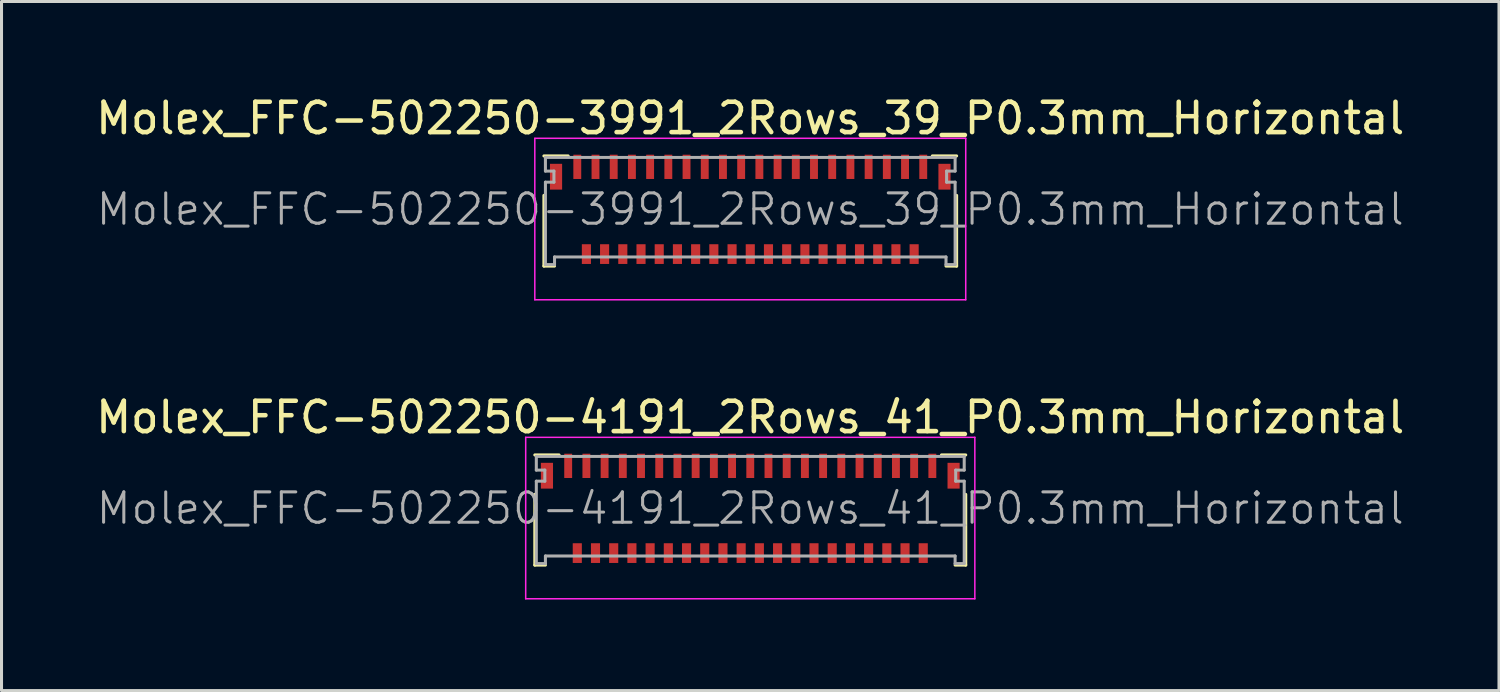
<source format=kicad_pcb>
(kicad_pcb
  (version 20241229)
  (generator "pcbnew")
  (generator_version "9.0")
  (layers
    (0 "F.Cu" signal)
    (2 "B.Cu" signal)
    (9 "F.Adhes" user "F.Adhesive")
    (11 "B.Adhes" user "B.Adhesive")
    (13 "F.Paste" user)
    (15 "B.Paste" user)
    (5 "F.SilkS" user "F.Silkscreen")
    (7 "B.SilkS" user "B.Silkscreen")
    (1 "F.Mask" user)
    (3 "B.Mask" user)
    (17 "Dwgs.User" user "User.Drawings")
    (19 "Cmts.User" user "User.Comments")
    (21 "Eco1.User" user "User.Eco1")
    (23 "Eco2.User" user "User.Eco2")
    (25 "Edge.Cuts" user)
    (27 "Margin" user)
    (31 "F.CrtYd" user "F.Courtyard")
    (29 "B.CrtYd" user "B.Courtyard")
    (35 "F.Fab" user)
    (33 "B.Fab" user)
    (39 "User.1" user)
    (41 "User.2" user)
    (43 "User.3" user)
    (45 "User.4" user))
  (footprint "Molex_FFC-502250-3991_2Rows_39_P0.3mm_Horizontal"
    (layer "F.Cu")
    (at 21.673 3.848)
    (property "Reference" "Molex_FFC-502250-3991_2Rows_39_P0.3mm_Horizontal" (at 0 -3 0) (layer "F.SilkS") (effects (font (size 1 1) (thickness 0.15))))
    (attr smd)
    (fp_line (start -6.8 -1.76) (end -6 -1.76) (stroke (width 0.1) (type solid)) (layer "F.SilkS"))
    (fp_line (start -6.8 -0.46) (end -6.8 1.87) (stroke (width 0.1) (type solid)) (layer "F.SilkS"))
    (fp_line (start -6.8 1.87) (end -6.45 1.87) (stroke (width 0.1) (type solid)) (layer "F.SilkS"))
    (fp_line (start 6.8 -1.76) (end 6 -1.76) (stroke (width 0.1) (type solid)) (layer "F.SilkS"))
    (fp_line (start 6.8 -0.46) (end 6.8 1.87) (stroke (width 0.1) (type solid)) (layer "F.SilkS"))
    (fp_line (start 6.8 1.87) (end 6.45 1.87) (stroke (width 0.1) (type solid)) (layer "F.SilkS"))
    (fp_line (start -7.1 -2.34) (end 7.1 -2.34) (stroke (width 0.05) (type solid)) (layer "F.CrtYd"))
    (fp_line (start -7.1 2.98) (end -7.1 -2.34) (stroke (width 0.05) (type solid)) (layer "F.CrtYd"))
    (fp_line (start 7.1 -2.34) (end 7.1 2.98) (stroke (width 0.05) (type solid)) (layer "F.CrtYd"))
    (fp_line (start 7.1 2.98) (end -7.1 2.98) (stroke (width 0.05) (type solid)) (layer "F.CrtYd"))
    (fp_line (start -6.75 -1.71) (end -6.75 -1.26) (stroke (width 0.1) (type solid)) (layer "F.Fab"))
    (fp_line (start -6.75 -1.26) (end -6.47 -1.26) (stroke (width 0.1) (type solid)) (layer "F.Fab"))
    (fp_line (start -6.75 -0.895) (end -6.75 1.82) (stroke (width 0.1) (type solid)) (layer "F.Fab"))
    (fp_line (start -6.75 1.82) (end -6.45 1.82) (stroke (width 0.1) (type solid)) (layer "F.Fab"))
    (fp_line (start -6.47 -1.26) (end -6.47 -0.895) (stroke (width 0.1) (type solid)) (layer "F.Fab"))
    (fp_line (start -6.47 -0.895) (end -6.75 -0.895) (stroke (width 0.1) (type solid)) (layer "F.Fab"))
    (fp_line (start -6.45 1.57) (end 6.45 1.57) (stroke (width 0.1) (type solid)) (layer "F.Fab"))
    (fp_line (start -6.45 1.82) (end -6.45 1.57) (stroke (width 0.1) (type solid)) (layer "F.Fab"))
    (fp_line (start 6.45 1.57) (end 6.45 1.82) (stroke (width 0.1) (type solid)) (layer "F.Fab"))
    (fp_line (start 6.45 1.82) (end 6.75 1.82) (stroke (width 0.1) (type solid)) (layer "F.Fab"))
    (fp_line (start 6.47 -1.26) (end 6.75 -1.26) (stroke (width 0.1) (type solid)) (layer "F.Fab"))
    (fp_line (start 6.47 -0.895) (end 6.47 -1.26) (stroke (width 0.1) (type solid)) (layer "F.Fab"))
    (fp_line (start 6.75 -1.71) (end -6.75 -1.71) (stroke (width 0.1) (type solid)) (layer "F.Fab"))
    (fp_line (start 6.75 -1.26) (end 6.75 -1.71) (stroke (width 0.1) (type solid)) (layer "F.Fab"))
    (fp_line (start 6.75 -0.895) (end 6.47 -0.895) (stroke (width 0.1) (type solid)) (layer "F.Fab"))
    (fp_line (start 6.75 1.82) (end 6.75 -0.895) (stroke (width 0.1) (type solid)) (layer "F.Fab"))
    (fp_text user "${REFERENCE}" (at 0 0 0) (layer "F.Fab") (effects (font (size 1 1) (thickness 0.1))))
    (pad "" smd rect (at -6.4 -1.075) (size 0.4 0.85) (layers "F.Cu" "F.Mask" "F.Paste"))
    (pad "" smd rect (at 6.4 -1.075) (size 0.4 0.85) (layers "F.Cu" "F.Mask" "F.Paste"))
    (pad "1" smd rect (at -5.7 -1.4) (size 0.26 0.8) (layers "F.Cu" "F.Mask" "F.Paste"))
    (pad "2" smd rect (at -5.4 1.475) (size 0.3 0.65) (layers "F.Cu" "F.Mask" "F.Paste"))
    (pad "3" smd rect (at -5.1 -1.4) (size 0.26 0.8) (layers "F.Cu" "F.Mask" "F.Paste"))
    (pad "4" smd rect (at -4.8 1.475) (size 0.3 0.65) (layers "F.Cu" "F.Mask" "F.Paste"))
    (pad "5" smd rect (at -4.5 -1.4) (size 0.26 0.8) (layers "F.Cu" "F.Mask" "F.Paste"))
    (pad "6" smd rect (at -4.2 1.475) (size 0.3 0.65) (layers "F.Cu" "F.Mask" "F.Paste"))
    (pad "7" smd rect (at -3.9 -1.4) (size 0.26 0.8) (layers "F.Cu" "F.Mask" "F.Paste"))
    (pad "8" smd rect (at -3.6 1.475) (size 0.3 0.65) (layers "F.Cu" "F.Mask" "F.Paste"))
    (pad "9" smd rect (at -3.3 -1.4) (size 0.26 0.8) (layers "F.Cu" "F.Mask" "F.Paste"))
    (pad "10" smd rect (at -3 1.475) (size 0.3 0.65) (layers "F.Cu" "F.Mask" "F.Paste"))
    (pad "11" smd rect (at -2.7 -1.4) (size 0.26 0.8) (layers "F.Cu" "F.Mask" "F.Paste"))
    (pad "12" smd rect (at -2.4 1.475) (size 0.3 0.65) (layers "F.Cu" "F.Mask" "F.Paste"))
    (pad "13" smd rect (at -2.1 -1.4) (size 0.26 0.8) (layers "F.Cu" "F.Mask" "F.Paste"))
    (pad "14" smd rect (at -1.8 1.475) (size 0.3 0.65) (layers "F.Cu" "F.Mask" "F.Paste"))
    (pad "15" smd rect (at -1.5 -1.4) (size 0.26 0.8) (layers "F.Cu" "F.Mask" "F.Paste"))
    (pad "16" smd rect (at -1.2 1.475) (size 0.3 0.65) (layers "F.Cu" "F.Mask" "F.Paste"))
    (pad "17" smd rect (at -0.9 -1.4) (size 0.26 0.8) (layers "F.Cu" "F.Mask" "F.Paste"))
    (pad "18" smd rect (at -0.6 1.475) (size 0.3 0.65) (layers "F.Cu" "F.Mask" "F.Paste"))
    (pad "19" smd rect (at -0.3 -1.4) (size 0.26 0.8) (layers "F.Cu" "F.Mask" "F.Paste"))
    (pad "20" smd rect (at 0 1.475) (size 0.3 0.65) (layers "F.Cu" "F.Mask" "F.Paste"))
    (pad "21" smd rect (at 0.3 -1.4) (size 0.26 0.8) (layers "F.Cu" "F.Mask" "F.Paste"))
    (pad "22" smd rect (at 0.6 1.475) (size 0.3 0.65) (layers "F.Cu" "F.Mask" "F.Paste"))
    (pad "23" smd rect (at 0.9 -1.4) (size 0.26 0.8) (layers "F.Cu" "F.Mask" "F.Paste"))
    (pad "24" smd rect (at 1.2 1.475) (size 0.3 0.65) (layers "F.Cu" "F.Mask" "F.Paste"))
    (pad "25" smd rect (at 1.5 -1.4) (size 0.26 0.8) (layers "F.Cu" "F.Mask" "F.Paste"))
    (pad "26" smd rect (at 1.8 1.475) (size 0.3 0.65) (layers "F.Cu" "F.Mask" "F.Paste"))
    (pad "27" smd rect (at 2.1 -1.4) (size 0.26 0.8) (layers "F.Cu" "F.Mask" "F.Paste"))
    (pad "28" smd rect (at 2.4 1.475) (size 0.3 0.65) (layers "F.Cu" "F.Mask" "F.Paste"))
    (pad "29" smd rect (at 2.7 -1.4) (size 0.26 0.8) (layers "F.Cu" "F.Mask" "F.Paste"))
    (pad "30" smd rect (at 3 1.475) (size 0.3 0.65) (layers "F.Cu" "F.Mask" "F.Paste"))
    (pad "31" smd rect (at 3.3 -1.4) (size 0.26 0.8) (layers "F.Cu" "F.Mask" "F.Paste"))
    (pad "32" smd rect (at 3.6 1.475) (size 0.3 0.65) (layers "F.Cu" "F.Mask" "F.Paste"))
    (pad "33" smd rect (at 3.9 -1.4) (size 0.26 0.8) (layers "F.Cu" "F.Mask" "F.Paste"))
    (pad "34" smd rect (at 4.2 1.475) (size 0.3 0.65) (layers "F.Cu" "F.Mask" "F.Paste"))
    (pad "35" smd rect (at 4.5 -1.4) (size 0.26 0.8) (layers "F.Cu" "F.Mask" "F.Paste"))
    (pad "36" smd rect (at 4.8 1.475) (size 0.3 0.65) (layers "F.Cu" "F.Mask" "F.Paste"))
    (pad "37" smd rect (at 5.1 -1.4) (size 0.26 0.8) (layers "F.Cu" "F.Mask" "F.Paste"))
    (pad "38" smd rect (at 5.4 1.475) (size 0.3 0.65) (layers "F.Cu" "F.Mask" "F.Paste"))
    (pad "39" smd rect (at 5.7 -1.4) (size 0.26 0.8) (layers "F.Cu" "F.Mask" "F.Paste")))
  (footprint "Molex_FFC-502250-4191_2Rows_41_P0.3mm_Horizontal"
    (layer "F.Cu")
    (at 21.673 13.701)
    (property "Reference" "Molex_FFC-502250-4191_2Rows_41_P0.3mm_Horizontal" (at 0 -3 0) (layer "F.SilkS") (effects (font (size 1 1) (thickness 0.15))))
    (attr smd)
    (fp_line (start -7.1 -1.76) (end -6.3 -1.76) (stroke (width 0.1) (type solid)) (layer "F.SilkS"))
    (fp_line (start -7.1 -0.46) (end -7.1 1.87) (stroke (width 0.1) (type solid)) (layer "F.SilkS"))
    (fp_line (start -7.1 1.87) (end -6.75 1.87) (stroke (width 0.1) (type solid)) (layer "F.SilkS"))
    (fp_line (start 7.1 -1.76) (end 6.3 -1.76) (stroke (width 0.1) (type solid)) (layer "F.SilkS"))
    (fp_line (start 7.1 -0.46) (end 7.1 1.87) (stroke (width 0.1) (type solid)) (layer "F.SilkS"))
    (fp_line (start 7.1 1.87) (end 6.75 1.87) (stroke (width 0.1) (type solid)) (layer "F.SilkS"))
    (fp_line (start -7.4 -2.34) (end 7.4 -2.34) (stroke (width 0.05) (type solid)) (layer "F.CrtYd"))
    (fp_line (start -7.4 2.98) (end -7.4 -2.34) (stroke (width 0.05) (type solid)) (layer "F.CrtYd"))
    (fp_line (start 7.4 -2.34) (end 7.4 2.98) (stroke (width 0.05) (type solid)) (layer "F.CrtYd"))
    (fp_line (start 7.4 2.98) (end -7.4 2.98) (stroke (width 0.05) (type solid)) (layer "F.CrtYd"))
    (fp_line (start -7.05 -1.71) (end -7.05 -1.26) (stroke (width 0.1) (type solid)) (layer "F.Fab"))
    (fp_line (start -7.05 -1.26) (end -6.77 -1.26) (stroke (width 0.1) (type solid)) (layer "F.Fab"))
    (fp_line (start -7.05 -0.895) (end -7.05 1.82) (stroke (width 0.1) (type solid)) (layer "F.Fab"))
    (fp_line (start -7.05 1.82) (end -6.75 1.82) (stroke (width 0.1) (type solid)) (layer "F.Fab"))
    (fp_line (start -6.77 -1.26) (end -6.77 -0.895) (stroke (width 0.1) (type solid)) (layer "F.Fab"))
    (fp_line (start -6.77 -0.895) (end -7.05 -0.895) (stroke (width 0.1) (type solid)) (layer "F.Fab"))
    (fp_line (start -6.75 1.57) (end 6.75 1.57) (stroke (width 0.1) (type solid)) (layer "F.Fab"))
    (fp_line (start -6.75 1.82) (end -6.75 1.57) (stroke (width 0.1) (type solid)) (layer "F.Fab"))
    (fp_line (start 6.75 1.57) (end 6.75 1.82) (stroke (width 0.1) (type solid)) (layer "F.Fab"))
    (fp_line (start 6.75 1.82) (end 7.05 1.82) (stroke (width 0.1) (type solid)) (layer "F.Fab"))
    (fp_line (start 6.77 -1.26) (end 7.05 -1.26) (stroke (width 0.1) (type solid)) (layer "F.Fab"))
    (fp_line (start 6.77 -0.895) (end 6.77 -1.26) (stroke (width 0.1) (type solid)) (layer "F.Fab"))
    (fp_line (start 7.05 -1.71) (end -7.05 -1.71) (stroke (width 0.1) (type solid)) (layer "F.Fab"))
    (fp_line (start 7.05 -1.26) (end 7.05 -1.71) (stroke (width 0.1) (type solid)) (layer "F.Fab"))
    (fp_line (start 7.05 -0.895) (end 6.77 -0.895) (stroke (width 0.1) (type solid)) (layer "F.Fab"))
    (fp_line (start 7.05 1.82) (end 7.05 -0.895) (stroke (width 0.1) (type solid)) (layer "F.Fab"))
    (fp_text user "${REFERENCE}" (at 0 0 0) (layer "F.Fab") (effects (font (size 1 1) (thickness 0.1))))
    (pad "" smd rect (at -6.7 -1.075) (size 0.4 0.85) (layers "F.Cu" "F.Mask" "F.Paste"))
    (pad "" smd rect (at 6.7 -1.075) (size 0.4 0.85) (layers "F.Cu" "F.Mask" "F.Paste"))
    (pad "1" smd rect (at -6 -1.4) (size 0.26 0.8) (layers "F.Cu" "F.Mask" "F.Paste"))
    (pad "2" smd rect (at -5.7 1.475) (size 0.3 0.65) (layers "F.Cu" "F.Mask" "F.Paste"))
    (pad "3" smd rect (at -5.4 -1.4) (size 0.26 0.8) (layers "F.Cu" "F.Mask" "F.Paste"))
    (pad "4" smd rect (at -5.1 1.475) (size 0.3 0.65) (layers "F.Cu" "F.Mask" "F.Paste"))
    (pad "5" smd rect (at -4.8 -1.4) (size 0.26 0.8) (layers "F.Cu" "F.Mask" "F.Paste"))
    (pad "6" smd rect (at -4.5 1.475) (size 0.3 0.65) (layers "F.Cu" "F.Mask" "F.Paste"))
    (pad "7" smd rect (at -4.2 -1.4) (size 0.26 0.8) (layers "F.Cu" "F.Mask" "F.Paste"))
    (pad "8" smd rect (at -3.9 1.475) (size 0.3 0.65) (layers "F.Cu" "F.Mask" "F.Paste"))
    (pad "9" smd rect (at -3.6 -1.4) (size 0.26 0.8) (layers "F.Cu" "F.Mask" "F.Paste"))
    (pad "10" smd rect (at -3.3 1.475) (size 0.3 0.65) (layers "F.Cu" "F.Mask" "F.Paste"))
    (pad "11" smd rect (at -3 -1.4) (size 0.26 0.8) (layers "F.Cu" "F.Mask" "F.Paste"))
    (pad "12" smd rect (at -2.7 1.475) (size 0.3 0.65) (layers "F.Cu" "F.Mask" "F.Paste"))
    (pad "13" smd rect (at -2.4 -1.4) (size 0.26 0.8) (layers "F.Cu" "F.Mask" "F.Paste"))
    (pad "14" smd rect (at -2.1 1.475) (size 0.3 0.65) (layers "F.Cu" "F.Mask" "F.Paste"))
    (pad "15" smd rect (at -1.8 -1.4) (size 0.26 0.8) (layers "F.Cu" "F.Mask" "F.Paste"))
    (pad "16" smd rect (at -1.5 1.475) (size 0.3 0.65) (layers "F.Cu" "F.Mask" "F.Paste"))
    (pad "17" smd rect (at -1.2 -1.4) (size 0.26 0.8) (layers "F.Cu" "F.Mask" "F.Paste"))
    (pad "18" smd rect (at -0.9 1.475) (size 0.3 0.65) (layers "F.Cu" "F.Mask" "F.Paste"))
    (pad "19" smd rect (at -0.6 -1.4) (size 0.26 0.8) (layers "F.Cu" "F.Mask" "F.Paste"))
    (pad "20" smd rect (at -0.3 1.475) (size 0.3 0.65) (layers "F.Cu" "F.Mask" "F.Paste"))
    (pad "21" smd rect (at 0 -1.4) (size 0.26 0.8) (layers "F.Cu" "F.Mask" "F.Paste"))
    (pad "22" smd rect (at 0.3 1.475) (size 0.3 0.65) (layers "F.Cu" "F.Mask" "F.Paste"))
    (pad "23" smd rect (at 0.6 -1.4) (size 0.26 0.8) (layers "F.Cu" "F.Mask" "F.Paste"))
    (pad "24" smd rect (at 0.9 1.475) (size 0.3 0.65) (layers "F.Cu" "F.Mask" "F.Paste"))
    (pad "25" smd rect (at 1.2 -1.4) (size 0.26 0.8) (layers "F.Cu" "F.Mask" "F.Paste"))
    (pad "26" smd rect (at 1.5 1.475) (size 0.3 0.65) (layers "F.Cu" "F.Mask" "F.Paste"))
    (pad "27" smd rect (at 1.8 -1.4) (size 0.26 0.8) (layers "F.Cu" "F.Mask" "F.Paste"))
    (pad "28" smd rect (at 2.1 1.475) (size 0.3 0.65) (layers "F.Cu" "F.Mask" "F.Paste"))
    (pad "29" smd rect (at 2.4 -1.4) (size 0.26 0.8) (layers "F.Cu" "F.Mask" "F.Paste"))
    (pad "30" smd rect (at 2.7 1.475) (size 0.3 0.65) (layers "F.Cu" "F.Mask" "F.Paste"))
    (pad "31" smd rect (at 3 -1.4) (size 0.26 0.8) (layers "F.Cu" "F.Mask" "F.Paste"))
    (pad "32" smd rect (at 3.3 1.475) (size 0.3 0.65) (layers "F.Cu" "F.Mask" "F.Paste"))
    (pad "33" smd rect (at 3.6 -1.4) (size 0.26 0.8) (layers "F.Cu" "F.Mask" "F.Paste"))
    (pad "34" smd rect (at 3.9 1.475) (size 0.3 0.65) (layers "F.Cu" "F.Mask" "F.Paste"))
    (pad "35" smd rect (at 4.2 -1.4) (size 0.26 0.8) (layers "F.Cu" "F.Mask" "F.Paste"))
    (pad "36" smd rect (at 4.5 1.475) (size 0.3 0.65) (layers "F.Cu" "F.Mask" "F.Paste"))
    (pad "37" smd rect (at 4.8 -1.4) (size 0.26 0.8) (layers "F.Cu" "F.Mask" "F.Paste"))
    (pad "38" smd rect (at 5.1 1.475) (size 0.3 0.65) (layers "F.Cu" "F.Mask" "F.Paste"))
    (pad "39" smd rect (at 5.4 -1.4) (size 0.26 0.8) (layers "F.Cu" "F.Mask" "F.Paste"))
    (pad "40" smd rect (at 5.7 1.475) (size 0.3 0.65) (layers "F.Cu" "F.Mask" "F.Paste"))
    (pad "41" smd rect (at 6 -1.4) (size 0.26 0.8) (layers "F.Cu" "F.Mask" "F.Paste")))
  (gr_rect
    (start -3 -3)
    (end 46.345 19.706)
    (stroke (width 0.1) (type default))
    (fill no)
    (layer "Edge.Cuts")))
</source>
